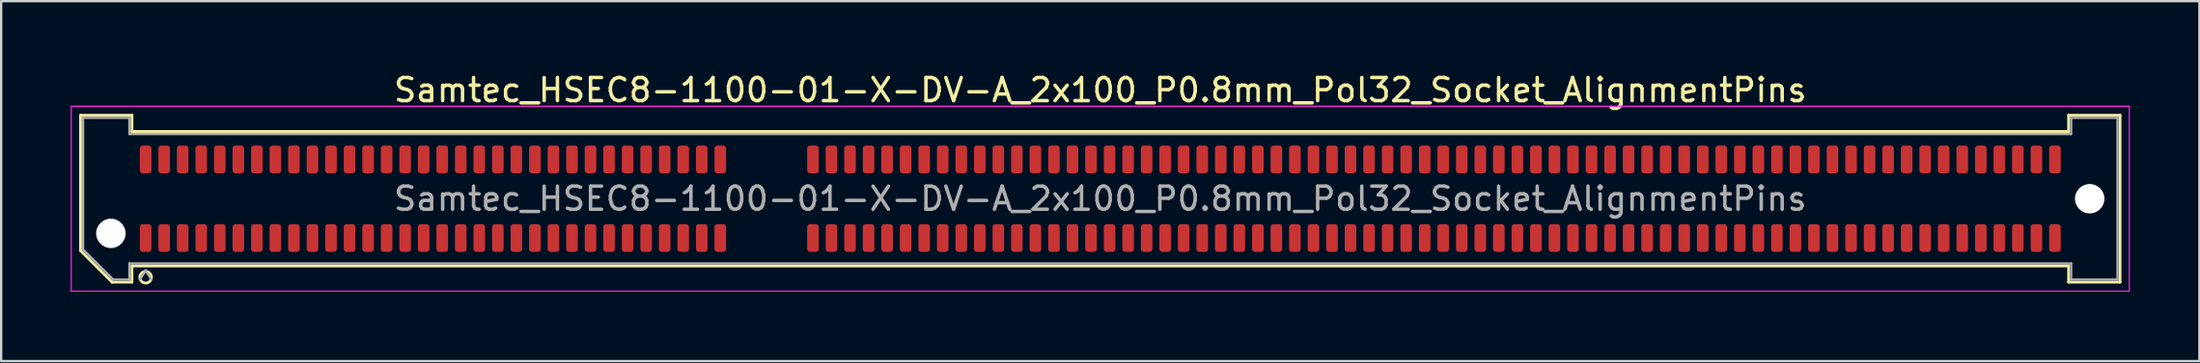
<source format=kicad_pcb>
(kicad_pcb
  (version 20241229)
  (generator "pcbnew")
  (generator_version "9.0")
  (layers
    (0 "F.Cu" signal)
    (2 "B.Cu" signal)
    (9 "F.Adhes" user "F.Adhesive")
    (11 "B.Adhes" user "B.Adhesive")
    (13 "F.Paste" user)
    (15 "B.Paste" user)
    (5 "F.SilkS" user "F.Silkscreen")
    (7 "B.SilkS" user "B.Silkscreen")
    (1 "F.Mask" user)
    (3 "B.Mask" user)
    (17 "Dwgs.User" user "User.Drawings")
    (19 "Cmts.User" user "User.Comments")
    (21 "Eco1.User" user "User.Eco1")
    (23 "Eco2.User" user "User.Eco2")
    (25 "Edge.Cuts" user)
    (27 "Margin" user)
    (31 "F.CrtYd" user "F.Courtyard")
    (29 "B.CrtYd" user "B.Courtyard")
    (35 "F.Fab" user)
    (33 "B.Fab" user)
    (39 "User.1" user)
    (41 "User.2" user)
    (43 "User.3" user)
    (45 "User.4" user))
  (footprint "Samtec_HSEC8-1100-01-X-DV-A_2x100_P0.8mm_Pol32_Socket_AlignmentPins"
    (layer "F.Cu")
    (at 44.435 5.548)
    (property "Reference" "Samtec_HSEC8-1100-01-X-DV-A_2x100_P0.8mm_Pol32_Socket_AlignmentPins" (at 0 -4.7 0) (layer "F.SilkS") (effects (font (size 1 1) (thickness 0.15))))
    (attr smd)
    (fp_line (start -44.01 -3.61) (end -41.79 -3.61) (stroke (width 0.12) (type solid)) (layer "F.SilkS"))
    (fp_line (start -44.01 2.246) (end -44.01 -3.61) (stroke (width 0.12) (type solid)) (layer "F.SilkS"))
    (fp_line (start -42.646 3.61) (end -44.01 2.246) (stroke (width 0.12) (type solid)) (layer "F.SilkS"))
    (fp_line (start -41.79 -3.61) (end -41.79 -2.91) (stroke (width 0.12) (type solid)) (layer "F.SilkS"))
    (fp_line (start -41.79 -2.91) (end 41.79 -2.91) (stroke (width 0.12) (type solid)) (layer "F.SilkS"))
    (fp_line (start -41.79 2.91) (end -41.79 3.61) (stroke (width 0.12) (type solid)) (layer "F.SilkS"))
    (fp_line (start -41.79 3.61) (end -42.646 3.61) (stroke (width 0.12) (type solid)) (layer "F.SilkS"))
    (fp_line (start 41.79 -3.61) (end 44.01 -3.61) (stroke (width 0.12) (type solid)) (layer "F.SilkS"))
    (fp_line (start 41.79 -2.91) (end 41.79 -3.61) (stroke (width 0.12) (type solid)) (layer "F.SilkS"))
    (fp_line (start 41.79 2.91) (end -41.79 2.91) (stroke (width 0.12) (type solid)) (layer "F.SilkS"))
    (fp_line (start 41.79 3.61) (end 41.79 2.91) (stroke (width 0.12) (type solid)) (layer "F.SilkS"))
    (fp_line (start 44.01 -3.61) (end 44.01 3.61) (stroke (width 0.12) (type solid)) (layer "F.SilkS"))
    (fp_line (start 44.01 3.61) (end 41.79 3.61) (stroke (width 0.12) (type solid)) (layer "F.SilkS"))
    (fp_arc (start -40.95 3.4) (mid -41.45 3.4) (end -40.95 3.4) (stroke (width 0.12) (type solid)) (layer "F.SilkS"))
    (fp_line (start -44.41 -4) (end -44.41 4) (stroke (width 0.05) (type solid)) (layer "F.CrtYd"))
    (fp_line (start -44.41 4) (end 44.41 4) (stroke (width 0.05) (type solid)) (layer "F.CrtYd"))
    (fp_line (start 44.41 -4) (end -44.41 -4) (stroke (width 0.05) (type solid)) (layer "F.CrtYd"))
    (fp_line (start 44.41 4) (end 44.41 -4) (stroke (width 0.05) (type solid)) (layer "F.CrtYd"))
    (fp_line (start -43.9 -3.5) (end -41.9 -3.5) (stroke (width 0.1) (type solid)) (layer "F.Fab"))
    (fp_line (start -43.9 2.2) (end -43.9 -3.5) (stroke (width 0.1) (type solid)) (layer "F.Fab"))
    (fp_line (start -42.6 3.5) (end -43.9 2.2) (stroke (width 0.1) (type solid)) (layer "F.Fab"))
    (fp_line (start -41.9 -3.5) (end -41.9 -2.8) (stroke (width 0.1) (type solid)) (layer "F.Fab"))
    (fp_line (start -41.9 -2.8) (end 41.9 -2.8) (stroke (width 0.1) (type solid)) (layer "F.Fab"))
    (fp_line (start -41.9 2.8) (end -41.9 3.5) (stroke (width 0.1) (type solid)) (layer "F.Fab"))
    (fp_line (start -41.9 3.5) (end -42.6 3.5) (stroke (width 0.1) (type solid)) (layer "F.Fab"))
    (fp_line (start -41.2 3.1) (end -41.45 3.5) (stroke (width 0.1) (type solid)) (layer "F.Fab"))
    (fp_line (start -41.2 3.1) (end -40.95 3.5) (stroke (width 0.1) (type solid)) (layer "F.Fab"))
    (fp_line (start 41.9 -3.5) (end 43.9 -3.5) (stroke (width 0.1) (type solid)) (layer "F.Fab"))
    (fp_line (start 41.9 -2.8) (end 41.9 -3.5) (stroke (width 0.1) (type solid)) (layer "F.Fab"))
    (fp_line (start 41.9 2.8) (end -41.9 2.8) (stroke (width 0.1) (type solid)) (layer "F.Fab"))
    (fp_line (start 41.9 3.5) (end 41.9 2.8) (stroke (width 0.1) (type solid)) (layer "F.Fab"))
    (fp_line (start 43.9 -3.5) (end 43.9 3.5) (stroke (width 0.1) (type solid)) (layer "F.Fab"))
    (fp_line (start 43.9 3.5) (end 41.9 3.5) (stroke (width 0.1) (type solid)) (layer "F.Fab"))
    (fp_text user "${REFERENCE}" (at 0 0 0) (layer "F.Fab") (effects (font (size 1 1) (thickness 0.15))))
    (pad "" np_thru_hole circle (at -42.7 1.5) (size 1.27 1.27) (drill 1.27) (layers "*.Cu" "*.Mask"))
    (pad "" np_thru_hole circle (at 42.7 0) (size 1.27 1.27) (drill 1.27) (layers "*.Cu" "*.Mask"))
    (pad "1" smd roundrect (at -41.2 1.7) (size 0.5 1.2) (layers "F.Cu" "F.Mask" "F.Paste") (roundrect_rratio 0.25))
    (pad "2" smd roundrect (at -41.2 -1.7) (size 0.5 1.2) (layers "F.Cu" "F.Mask" "F.Paste") (roundrect_rratio 0.25))
    (pad "3" smd roundrect (at -40.4 1.7) (size 0.5 1.2) (layers "F.Cu" "F.Mask" "F.Paste") (roundrect_rratio 0.25))
    (pad "4" smd roundrect (at -40.4 -1.7) (size 0.5 1.2) (layers "F.Cu" "F.Mask" "F.Paste") (roundrect_rratio 0.25))
    (pad "5" smd roundrect (at -39.6 1.7) (size 0.5 1.2) (layers "F.Cu" "F.Mask" "F.Paste") (roundrect_rratio 0.25))
    (pad "6" smd roundrect (at -39.6 -1.7) (size 0.5 1.2) (layers "F.Cu" "F.Mask" "F.Paste") (roundrect_rratio 0.25))
    (pad "7" smd roundrect (at -38.8 1.7) (size 0.5 1.2) (layers "F.Cu" "F.Mask" "F.Paste") (roundrect_rratio 0.25))
    (pad "8" smd roundrect (at -38.8 -1.7) (size 0.5 1.2) (layers "F.Cu" "F.Mask" "F.Paste") (roundrect_rratio 0.25))
    (pad "9" smd roundrect (at -38 1.7) (size 0.5 1.2) (layers "F.Cu" "F.Mask" "F.Paste") (roundrect_rratio 0.25))
    (pad "10" smd roundrect (at -38 -1.7) (size 0.5 1.2) (layers "F.Cu" "F.Mask" "F.Paste") (roundrect_rratio 0.25))
    (pad "11" smd roundrect (at -37.2 1.7) (size 0.5 1.2) (layers "F.Cu" "F.Mask" "F.Paste") (roundrect_rratio 0.25))
    (pad "12" smd roundrect (at -37.2 -1.7) (size 0.5 1.2) (layers "F.Cu" "F.Mask" "F.Paste") (roundrect_rratio 0.25))
    (pad "13" smd roundrect (at -36.4 1.7) (size 0.5 1.2) (layers "F.Cu" "F.Mask" "F.Paste") (roundrect_rratio 0.25))
    (pad "14" smd roundrect (at -36.4 -1.7) (size 0.5 1.2) (layers "F.Cu" "F.Mask" "F.Paste") (roundrect_rratio 0.25))
    (pad "15" smd roundrect (at -35.6 1.7) (size 0.5 1.2) (layers "F.Cu" "F.Mask" "F.Paste") (roundrect_rratio 0.25))
    (pad "16" smd roundrect (at -35.6 -1.7) (size 0.5 1.2) (layers "F.Cu" "F.Mask" "F.Paste") (roundrect_rratio 0.25))
    (pad "17" smd roundrect (at -34.8 1.7) (size 0.5 1.2) (layers "F.Cu" "F.Mask" "F.Paste") (roundrect_rratio 0.25))
    (pad "18" smd roundrect (at -34.8 -1.7) (size 0.5 1.2) (layers "F.Cu" "F.Mask" "F.Paste") (roundrect_rratio 0.25))
    (pad "19" smd roundrect (at -34 1.7) (size 0.5 1.2) (layers "F.Cu" "F.Mask" "F.Paste") (roundrect_rratio 0.25))
    (pad "20" smd roundrect (at -34 -1.7) (size 0.5 1.2) (layers "F.Cu" "F.Mask" "F.Paste") (roundrect_rratio 0.25))
    (pad "21" smd roundrect (at -33.2 1.7) (size 0.5 1.2) (layers "F.Cu" "F.Mask" "F.Paste") (roundrect_rratio 0.25))
    (pad "22" smd roundrect (at -33.2 -1.7) (size 0.5 1.2) (layers "F.Cu" "F.Mask" "F.Paste") (roundrect_rratio 0.25))
    (pad "23" smd roundrect (at -32.4 1.7) (size 0.5 1.2) (layers "F.Cu" "F.Mask" "F.Paste") (roundrect_rratio 0.25))
    (pad "24" smd roundrect (at -32.4 -1.7) (size 0.5 1.2) (layers "F.Cu" "F.Mask" "F.Paste") (roundrect_rratio 0.25))
    (pad "25" smd roundrect (at -31.6 1.7) (size 0.5 1.2) (layers "F.Cu" "F.Mask" "F.Paste") (roundrect_rratio 0.25))
    (pad "26" smd roundrect (at -31.6 -1.7) (size 0.5 1.2) (layers "F.Cu" "F.Mask" "F.Paste") (roundrect_rratio 0.25))
    (pad "27" smd roundrect (at -30.8 1.7) (size 0.5 1.2) (layers "F.Cu" "F.Mask" "F.Paste") (roundrect_rratio 0.25))
    (pad "28" smd roundrect (at -30.8 -1.7) (size 0.5 1.2) (layers "F.Cu" "F.Mask" "F.Paste") (roundrect_rratio 0.25))
    (pad "29" smd roundrect (at -30 1.7) (size 0.5 1.2) (layers "F.Cu" "F.Mask" "F.Paste") (roundrect_rratio 0.25))
    (pad "30" smd roundrect (at -30 -1.7) (size 0.5 1.2) (layers "F.Cu" "F.Mask" "F.Paste") (roundrect_rratio 0.25))
    (pad "31" smd roundrect (at -29.2 1.7) (size 0.5 1.2) (layers "F.Cu" "F.Mask" "F.Paste") (roundrect_rratio 0.25))
    (pad "32" smd roundrect (at -29.2 -1.7) (size 0.5 1.2) (layers "F.Cu" "F.Mask" "F.Paste") (roundrect_rratio 0.25))
    (pad "33" smd roundrect (at -28.4 1.7) (size 0.5 1.2) (layers "F.Cu" "F.Mask" "F.Paste") (roundrect_rratio 0.25))
    (pad "34" smd roundrect (at -28.4 -1.7) (size 0.5 1.2) (layers "F.Cu" "F.Mask" "F.Paste") (roundrect_rratio 0.25))
    (pad "35" smd roundrect (at -27.6 1.7) (size 0.5 1.2) (layers "F.Cu" "F.Mask" "F.Paste") (roundrect_rratio 0.25))
    (pad "36" smd roundrect (at -27.6 -1.7) (size 0.5 1.2) (layers "F.Cu" "F.Mask" "F.Paste") (roundrect_rratio 0.25))
    (pad "37" smd roundrect (at -26.8 1.7) (size 0.5 1.2) (layers "F.Cu" "F.Mask" "F.Paste") (roundrect_rratio 0.25))
    (pad "38" smd roundrect (at -26.8 -1.7) (size 0.5 1.2) (layers "F.Cu" "F.Mask" "F.Paste") (roundrect_rratio 0.25))
    (pad "39" smd roundrect (at -26 1.7) (size 0.5 1.2) (layers "F.Cu" "F.Mask" "F.Paste") (roundrect_rratio 0.25))
    (pad "40" smd roundrect (at -26 -1.7) (size 0.5 1.2) (layers "F.Cu" "F.Mask" "F.Paste") (roundrect_rratio 0.25))
    (pad "41" smd roundrect (at -25.2 1.7) (size 0.5 1.2) (layers "F.Cu" "F.Mask" "F.Paste") (roundrect_rratio 0.25))
    (pad "42" smd roundrect (at -25.2 -1.7) (size 0.5 1.2) (layers "F.Cu" "F.Mask" "F.Paste") (roundrect_rratio 0.25))
    (pad "43" smd roundrect (at -24.4 1.7) (size 0.5 1.2) (layers "F.Cu" "F.Mask" "F.Paste") (roundrect_rratio 0.25))
    (pad "44" smd roundrect (at -24.4 -1.7) (size 0.5 1.2) (layers "F.Cu" "F.Mask" "F.Paste") (roundrect_rratio 0.25))
    (pad "45" smd roundrect (at -23.6 1.7) (size 0.5 1.2) (layers "F.Cu" "F.Mask" "F.Paste") (roundrect_rratio 0.25))
    (pad "46" smd roundrect (at -23.6 -1.7) (size 0.5 1.2) (layers "F.Cu" "F.Mask" "F.Paste") (roundrect_rratio 0.25))
    (pad "47" smd roundrect (at -22.8 1.7) (size 0.5 1.2) (layers "F.Cu" "F.Mask" "F.Paste") (roundrect_rratio 0.25))
    (pad "48" smd roundrect (at -22.8 -1.7) (size 0.5 1.2) (layers "F.Cu" "F.Mask" "F.Paste") (roundrect_rratio 0.25))
    (pad "49" smd roundrect (at -22 1.7) (size 0.5 1.2) (layers "F.Cu" "F.Mask" "F.Paste") (roundrect_rratio 0.25))
    (pad "50" smd roundrect (at -22 -1.7) (size 0.5 1.2) (layers "F.Cu" "F.Mask" "F.Paste") (roundrect_rratio 0.25))
    (pad "51" smd roundrect (at -21.2 1.7) (size 0.5 1.2) (layers "F.Cu" "F.Mask" "F.Paste") (roundrect_rratio 0.25))
    (pad "52" smd roundrect (at -21.2 -1.7) (size 0.5 1.2) (layers "F.Cu" "F.Mask" "F.Paste") (roundrect_rratio 0.25))
    (pad "53" smd roundrect (at -20.4 1.7) (size 0.5 1.2) (layers "F.Cu" "F.Mask" "F.Paste") (roundrect_rratio 0.25))
    (pad "54" smd roundrect (at -20.4 -1.7) (size 0.5 1.2) (layers "F.Cu" "F.Mask" "F.Paste") (roundrect_rratio 0.25))
    (pad "55" smd roundrect (at -19.6 1.7) (size 0.5 1.2) (layers "F.Cu" "F.Mask" "F.Paste") (roundrect_rratio 0.25))
    (pad "56" smd roundrect (at -19.6 -1.7) (size 0.5 1.2) (layers "F.Cu" "F.Mask" "F.Paste") (roundrect_rratio 0.25))
    (pad "57" smd roundrect (at -18.8 1.7) (size 0.5 1.2) (layers "F.Cu" "F.Mask" "F.Paste") (roundrect_rratio 0.25))
    (pad "58" smd roundrect (at -18.8 -1.7) (size 0.5 1.2) (layers "F.Cu" "F.Mask" "F.Paste") (roundrect_rratio 0.25))
    (pad "59" smd roundrect (at -18 1.7) (size 0.5 1.2) (layers "F.Cu" "F.Mask" "F.Paste") (roundrect_rratio 0.25))
    (pad "60" smd roundrect (at -18 -1.7) (size 0.5 1.2) (layers "F.Cu" "F.Mask" "F.Paste") (roundrect_rratio 0.25))
    (pad "61" smd roundrect (at -17.2 1.7) (size 0.5 1.2) (layers "F.Cu" "F.Mask" "F.Paste") (roundrect_rratio 0.25))
    (pad "62" smd roundrect (at -17.2 -1.7) (size 0.5 1.2) (layers "F.Cu" "F.Mask" "F.Paste") (roundrect_rratio 0.25))
    (pad "63" smd roundrect (at -16.4 1.7) (size 0.5 1.2) (layers "F.Cu" "F.Mask" "F.Paste") (roundrect_rratio 0.25))
    (pad "64" smd roundrect (at -16.4 -1.7) (size 0.5 1.2) (layers "F.Cu" "F.Mask" "F.Paste") (roundrect_rratio 0.25))
    (pad "65" smd roundrect (at -12.4 1.7) (size 0.5 1.2) (layers "F.Cu" "F.Mask" "F.Paste") (roundrect_rratio 0.25))
    (pad "66" smd roundrect (at -12.4 -1.7) (size 0.5 1.2) (layers "F.Cu" "F.Mask" "F.Paste") (roundrect_rratio 0.25))
    (pad "67" smd roundrect (at -11.6 1.7) (size 0.5 1.2) (layers "F.Cu" "F.Mask" "F.Paste") (roundrect_rratio 0.25))
    (pad "68" smd roundrect (at -11.6 -1.7) (size 0.5 1.2) (layers "F.Cu" "F.Mask" "F.Paste") (roundrect_rratio 0.25))
    (pad "69" smd roundrect (at -10.8 1.7) (size 0.5 1.2) (layers "F.Cu" "F.Mask" "F.Paste") (roundrect_rratio 0.25))
    (pad "70" smd roundrect (at -10.8 -1.7) (size 0.5 1.2) (layers "F.Cu" "F.Mask" "F.Paste") (roundrect_rratio 0.25))
    (pad "71" smd roundrect (at -10 1.7) (size 0.5 1.2) (layers "F.Cu" "F.Mask" "F.Paste") (roundrect_rratio 0.25))
    (pad "72" smd roundrect (at -10 -1.7) (size 0.5 1.2) (layers "F.Cu" "F.Mask" "F.Paste") (roundrect_rratio 0.25))
    (pad "73" smd roundrect (at -9.2 1.7) (size 0.5 1.2) (layers "F.Cu" "F.Mask" "F.Paste") (roundrect_rratio 0.25))
    (pad "74" smd roundrect (at -9.2 -1.7) (size 0.5 1.2) (layers "F.Cu" "F.Mask" "F.Paste") (roundrect_rratio 0.25))
    (pad "75" smd roundrect (at -8.4 1.7) (size 0.5 1.2) (layers "F.Cu" "F.Mask" "F.Paste") (roundrect_rratio 0.25))
    (pad "76" smd roundrect (at -8.4 -1.7) (size 0.5 1.2) (layers "F.Cu" "F.Mask" "F.Paste") (roundrect_rratio 0.25))
    (pad "77" smd roundrect (at -7.6 1.7) (size 0.5 1.2) (layers "F.Cu" "F.Mask" "F.Paste") (roundrect_rratio 0.25))
    (pad "78" smd roundrect (at -7.6 -1.7) (size 0.5 1.2) (layers "F.Cu" "F.Mask" "F.Paste") (roundrect_rratio 0.25))
    (pad "79" smd roundrect (at -6.8 1.7) (size 0.5 1.2) (layers "F.Cu" "F.Mask" "F.Paste") (roundrect_rratio 0.25))
    (pad "80" smd roundrect (at -6.8 -1.7) (size 0.5 1.2) (layers "F.Cu" "F.Mask" "F.Paste") (roundrect_rratio 0.25))
    (pad "81" smd roundrect (at -6 1.7) (size 0.5 1.2) (layers "F.Cu" "F.Mask" "F.Paste") (roundrect_rratio 0.25))
    (pad "82" smd roundrect (at -6 -1.7) (size 0.5 1.2) (layers "F.Cu" "F.Mask" "F.Paste") (roundrect_rratio 0.25))
    (pad "83" smd roundrect (at -5.2 1.7) (size 0.5 1.2) (layers "F.Cu" "F.Mask" "F.Paste") (roundrect_rratio 0.25))
    (pad "84" smd roundrect (at -5.2 -1.7) (size 0.5 1.2) (layers "F.Cu" "F.Mask" "F.Paste") (roundrect_rratio 0.25))
    (pad "85" smd roundrect (at -4.4 1.7) (size 0.5 1.2) (layers "F.Cu" "F.Mask" "F.Paste") (roundrect_rratio 0.25))
    (pad "86" smd roundrect (at -4.4 -1.7) (size 0.5 1.2) (layers "F.Cu" "F.Mask" "F.Paste") (roundrect_rratio 0.25))
    (pad "87" smd roundrect (at -3.6 1.7) (size 0.5 1.2) (layers "F.Cu" "F.Mask" "F.Paste") (roundrect_rratio 0.25))
    (pad "88" smd roundrect (at -3.6 -1.7) (size 0.5 1.2) (layers "F.Cu" "F.Mask" "F.Paste") (roundrect_rratio 0.25))
    (pad "89" smd roundrect (at -2.8 1.7) (size 0.5 1.2) (layers "F.Cu" "F.Mask" "F.Paste") (roundrect_rratio 0.25))
    (pad "90" smd roundrect (at -2.8 -1.7) (size 0.5 1.2) (layers "F.Cu" "F.Mask" "F.Paste") (roundrect_rratio 0.25))
    (pad "91" smd roundrect (at -2 1.7) (size 0.5 1.2) (layers "F.Cu" "F.Mask" "F.Paste") (roundrect_rratio 0.25))
    (pad "92" smd roundrect (at -2 -1.7) (size 0.5 1.2) (layers "F.Cu" "F.Mask" "F.Paste") (roundrect_rratio 0.25))
    (pad "93" smd roundrect (at -1.2 1.7) (size 0.5 1.2) (layers "F.Cu" "F.Mask" "F.Paste") (roundrect_rratio 0.25))
    (pad "94" smd roundrect (at -1.2 -1.7) (size 0.5 1.2) (layers "F.Cu" "F.Mask" "F.Paste") (roundrect_rratio 0.25))
    (pad "95" smd roundrect (at -0.4 1.7) (size 0.5 1.2) (layers "F.Cu" "F.Mask" "F.Paste") (roundrect_rratio 0.25))
    (pad "96" smd roundrect (at -0.4 -1.7) (size 0.5 1.2) (layers "F.Cu" "F.Mask" "F.Paste") (roundrect_rratio 0.25))
    (pad "97" smd roundrect (at 0.4 1.7) (size 0.5 1.2) (layers "F.Cu" "F.Mask" "F.Paste") (roundrect_rratio 0.25))
    (pad "98" smd roundrect (at 0.4 -1.7) (size 0.5 1.2) (layers "F.Cu" "F.Mask" "F.Paste") (roundrect_rratio 0.25))
    (pad "99" smd roundrect (at 1.2 1.7) (size 0.5 1.2) (layers "F.Cu" "F.Mask" "F.Paste") (roundrect_rratio 0.25))
    (pad "100" smd roundrect (at 1.2 -1.7) (size 0.5 1.2) (layers "F.Cu" "F.Mask" "F.Paste") (roundrect_rratio 0.25))
    (pad "101" smd roundrect (at 2 1.7) (size 0.5 1.2) (layers "F.Cu" "F.Mask" "F.Paste") (roundrect_rratio 0.25))
    (pad "102" smd roundrect (at 2 -1.7) (size 0.5 1.2) (layers "F.Cu" "F.Mask" "F.Paste") (roundrect_rratio 0.25))
    (pad "103" smd roundrect (at 2.8 1.7) (size 0.5 1.2) (layers "F.Cu" "F.Mask" "F.Paste") (roundrect_rratio 0.25))
    (pad "104" smd roundrect (at 2.8 -1.7) (size 0.5 1.2) (layers "F.Cu" "F.Mask" "F.Paste") (roundrect_rratio 0.25))
    (pad "105" smd roundrect (at 3.6 1.7) (size 0.5 1.2) (layers "F.Cu" "F.Mask" "F.Paste") (roundrect_rratio 0.25))
    (pad "106" smd roundrect (at 3.6 -1.7) (size 0.5 1.2) (layers "F.Cu" "F.Mask" "F.Paste") (roundrect_rratio 0.25))
    (pad "107" smd roundrect (at 4.4 1.7) (size 0.5 1.2) (layers "F.Cu" "F.Mask" "F.Paste") (roundrect_rratio 0.25))
    (pad "108" smd roundrect (at 4.4 -1.7) (size 0.5 1.2) (layers "F.Cu" "F.Mask" "F.Paste") (roundrect_rratio 0.25))
    (pad "109" smd roundrect (at 5.2 1.7) (size 0.5 1.2) (layers "F.Cu" "F.Mask" "F.Paste") (roundrect_rratio 0.25))
    (pad "110" smd roundrect (at 5.2 -1.7) (size 0.5 1.2) (layers "F.Cu" "F.Mask" "F.Paste") (roundrect_rratio 0.25))
    (pad "111" smd roundrect (at 6 1.7) (size 0.5 1.2) (layers "F.Cu" "F.Mask" "F.Paste") (roundrect_rratio 0.25))
    (pad "112" smd roundrect (at 6 -1.7) (size 0.5 1.2) (layers "F.Cu" "F.Mask" "F.Paste") (roundrect_rratio 0.25))
    (pad "113" smd roundrect (at 6.8 1.7) (size 0.5 1.2) (layers "F.Cu" "F.Mask" "F.Paste") (roundrect_rratio 0.25))
    (pad "114" smd roundrect (at 6.8 -1.7) (size 0.5 1.2) (layers "F.Cu" "F.Mask" "F.Paste") (roundrect_rratio 0.25))
    (pad "115" smd roundrect (at 7.6 1.7) (size 0.5 1.2) (layers "F.Cu" "F.Mask" "F.Paste") (roundrect_rratio 0.25))
    (pad "116" smd roundrect (at 7.6 -1.7) (size 0.5 1.2) (layers "F.Cu" "F.Mask" "F.Paste") (roundrect_rratio 0.25))
    (pad "117" smd roundrect (at 8.4 1.7) (size 0.5 1.2) (layers "F.Cu" "F.Mask" "F.Paste") (roundrect_rratio 0.25))
    (pad "118" smd roundrect (at 8.4 -1.7) (size 0.5 1.2) (layers "F.Cu" "F.Mask" "F.Paste") (roundrect_rratio 0.25))
    (pad "119" smd roundrect (at 9.2 1.7) (size 0.5 1.2) (layers "F.Cu" "F.Mask" "F.Paste") (roundrect_rratio 0.25))
    (pad "120" smd roundrect (at 9.2 -1.7) (size 0.5 1.2) (layers "F.Cu" "F.Mask" "F.Paste") (roundrect_rratio 0.25))
    (pad "121" smd roundrect (at 10 1.7) (size 0.5 1.2) (layers "F.Cu" "F.Mask" "F.Paste") (roundrect_rratio 0.25))
    (pad "122" smd roundrect (at 10 -1.7) (size 0.5 1.2) (layers "F.Cu" "F.Mask" "F.Paste") (roundrect_rratio 0.25))
    (pad "123" smd roundrect (at 10.8 1.7) (size 0.5 1.2) (layers "F.Cu" "F.Mask" "F.Paste") (roundrect_rratio 0.25))
    (pad "124" smd roundrect (at 10.8 -1.7) (size 0.5 1.2) (layers "F.Cu" "F.Mask" "F.Paste") (roundrect_rratio 0.25))
    (pad "125" smd roundrect (at 11.6 1.7) (size 0.5 1.2) (layers "F.Cu" "F.Mask" "F.Paste") (roundrect_rratio 0.25))
    (pad "126" smd roundrect (at 11.6 -1.7) (size 0.5 1.2) (layers "F.Cu" "F.Mask" "F.Paste") (roundrect_rratio 0.25))
    (pad "127" smd roundrect (at 12.4 1.7) (size 0.5 1.2) (layers "F.Cu" "F.Mask" "F.Paste") (roundrect_rratio 0.25))
    (pad "128" smd roundrect (at 12.4 -1.7) (size 0.5 1.2) (layers "F.Cu" "F.Mask" "F.Paste") (roundrect_rratio 0.25))
    (pad "129" smd roundrect (at 13.2 1.7) (size 0.5 1.2) (layers "F.Cu" "F.Mask" "F.Paste") (roundrect_rratio 0.25))
    (pad "130" smd roundrect (at 13.2 -1.7) (size 0.5 1.2) (layers "F.Cu" "F.Mask" "F.Paste") (roundrect_rratio 0.25))
    (pad "131" smd roundrect (at 14 1.7) (size 0.5 1.2) (layers "F.Cu" "F.Mask" "F.Paste") (roundrect_rratio 0.25))
    (pad "132" smd roundrect (at 14 -1.7) (size 0.5 1.2) (layers "F.Cu" "F.Mask" "F.Paste") (roundrect_rratio 0.25))
    (pad "133" smd roundrect (at 14.8 1.7) (size 0.5 1.2) (layers "F.Cu" "F.Mask" "F.Paste") (roundrect_rratio 0.25))
    (pad "134" smd roundrect (at 14.8 -1.7) (size 0.5 1.2) (layers "F.Cu" "F.Mask" "F.Paste") (roundrect_rratio 0.25))
    (pad "135" smd roundrect (at 15.6 1.7) (size 0.5 1.2) (layers "F.Cu" "F.Mask" "F.Paste") (roundrect_rratio 0.25))
    (pad "136" smd roundrect (at 15.6 -1.7) (size 0.5 1.2) (layers "F.Cu" "F.Mask" "F.Paste") (roundrect_rratio 0.25))
    (pad "137" smd roundrect (at 16.4 1.7) (size 0.5 1.2) (layers "F.Cu" "F.Mask" "F.Paste") (roundrect_rratio 0.25))
    (pad "138" smd roundrect (at 16.4 -1.7) (size 0.5 1.2) (layers "F.Cu" "F.Mask" "F.Paste") (roundrect_rratio 0.25))
    (pad "139" smd roundrect (at 17.2 1.7) (size 0.5 1.2) (layers "F.Cu" "F.Mask" "F.Paste") (roundrect_rratio 0.25))
    (pad "140" smd roundrect (at 17.2 -1.7) (size 0.5 1.2) (layers "F.Cu" "F.Mask" "F.Paste") (roundrect_rratio 0.25))
    (pad "141" smd roundrect (at 18 1.7) (size 0.5 1.2) (layers "F.Cu" "F.Mask" "F.Paste") (roundrect_rratio 0.25))
    (pad "142" smd roundrect (at 18 -1.7) (size 0.5 1.2) (layers "F.Cu" "F.Mask" "F.Paste") (roundrect_rratio 0.25))
    (pad "143" smd roundrect (at 18.8 1.7) (size 0.5 1.2) (layers "F.Cu" "F.Mask" "F.Paste") (roundrect_rratio 0.25))
    (pad "144" smd roundrect (at 18.8 -1.7) (size 0.5 1.2) (layers "F.Cu" "F.Mask" "F.Paste") (roundrect_rratio 0.25))
    (pad "145" smd roundrect (at 19.6 1.7) (size 0.5 1.2) (layers "F.Cu" "F.Mask" "F.Paste") (roundrect_rratio 0.25))
    (pad "146" smd roundrect (at 19.6 -1.7) (size 0.5 1.2) (layers "F.Cu" "F.Mask" "F.Paste") (roundrect_rratio 0.25))
    (pad "147" smd roundrect (at 20.4 1.7) (size 0.5 1.2) (layers "F.Cu" "F.Mask" "F.Paste") (roundrect_rratio 0.25))
    (pad "148" smd roundrect (at 20.4 -1.7) (size 0.5 1.2) (layers "F.Cu" "F.Mask" "F.Paste") (roundrect_rratio 0.25))
    (pad "149" smd roundrect (at 21.2 1.7) (size 0.5 1.2) (layers "F.Cu" "F.Mask" "F.Paste") (roundrect_rratio 0.25))
    (pad "150" smd roundrect (at 21.2 -1.7) (size 0.5 1.2) (layers "F.Cu" "F.Mask" "F.Paste") (roundrect_rratio 0.25))
    (pad "151" smd roundrect (at 22 1.7) (size 0.5 1.2) (layers "F.Cu" "F.Mask" "F.Paste") (roundrect_rratio 0.25))
    (pad "152" smd roundrect (at 22 -1.7) (size 0.5 1.2) (layers "F.Cu" "F.Mask" "F.Paste") (roundrect_rratio 0.25))
    (pad "153" smd roundrect (at 22.8 1.7) (size 0.5 1.2) (layers "F.Cu" "F.Mask" "F.Paste") (roundrect_rratio 0.25))
    (pad "154" smd roundrect (at 22.8 -1.7) (size 0.5 1.2) (layers "F.Cu" "F.Mask" "F.Paste") (roundrect_rratio 0.25))
    (pad "155" smd roundrect (at 23.6 1.7) (size 0.5 1.2) (layers "F.Cu" "F.Mask" "F.Paste") (roundrect_rratio 0.25))
    (pad "156" smd roundrect (at 23.6 -1.7) (size 0.5 1.2) (layers "F.Cu" "F.Mask" "F.Paste") (roundrect_rratio 0.25))
    (pad "157" smd roundrect (at 24.4 1.7) (size 0.5 1.2) (layers "F.Cu" "F.Mask" "F.Paste") (roundrect_rratio 0.25))
    (pad "158" smd roundrect (at 24.4 -1.7) (size 0.5 1.2) (layers "F.Cu" "F.Mask" "F.Paste") (roundrect_rratio 0.25))
    (pad "159" smd roundrect (at 25.2 1.7) (size 0.5 1.2) (layers "F.Cu" "F.Mask" "F.Paste") (roundrect_rratio 0.25))
    (pad "160" smd roundrect (at 25.2 -1.7) (size 0.5 1.2) (layers "F.Cu" "F.Mask" "F.Paste") (roundrect_rratio 0.25))
    (pad "161" smd roundrect (at 26 1.7) (size 0.5 1.2) (layers "F.Cu" "F.Mask" "F.Paste") (roundrect_rratio 0.25))
    (pad "162" smd roundrect (at 26 -1.7) (size 0.5 1.2) (layers "F.Cu" "F.Mask" "F.Paste") (roundrect_rratio 0.25))
    (pad "163" smd roundrect (at 26.8 1.7) (size 0.5 1.2) (layers "F.Cu" "F.Mask" "F.Paste") (roundrect_rratio 0.25))
    (pad "164" smd roundrect (at 26.8 -1.7) (size 0.5 1.2) (layers "F.Cu" "F.Mask" "F.Paste") (roundrect_rratio 0.25))
    (pad "165" smd roundrect (at 27.6 1.7) (size 0.5 1.2) (layers "F.Cu" "F.Mask" "F.Paste") (roundrect_rratio 0.25))
    (pad "166" smd roundrect (at 27.6 -1.7) (size 0.5 1.2) (layers "F.Cu" "F.Mask" "F.Paste") (roundrect_rratio 0.25))
    (pad "167" smd roundrect (at 28.4 1.7) (size 0.5 1.2) (layers "F.Cu" "F.Mask" "F.Paste") (roundrect_rratio 0.25))
    (pad "168" smd roundrect (at 28.4 -1.7) (size 0.5 1.2) (layers "F.Cu" "F.Mask" "F.Paste") (roundrect_rratio 0.25))
    (pad "169" smd roundrect (at 29.2 1.7) (size 0.5 1.2) (layers "F.Cu" "F.Mask" "F.Paste") (roundrect_rratio 0.25))
    (pad "170" smd roundrect (at 29.2 -1.7) (size 0.5 1.2) (layers "F.Cu" "F.Mask" "F.Paste") (roundrect_rratio 0.25))
    (pad "171" smd roundrect (at 30 1.7) (size 0.5 1.2) (layers "F.Cu" "F.Mask" "F.Paste") (roundrect_rratio 0.25))
    (pad "172" smd roundrect (at 30 -1.7) (size 0.5 1.2) (layers "F.Cu" "F.Mask" "F.Paste") (roundrect_rratio 0.25))
    (pad "173" smd roundrect (at 30.8 1.7) (size 0.5 1.2) (layers "F.Cu" "F.Mask" "F.Paste") (roundrect_rratio 0.25))
    (pad "174" smd roundrect (at 30.8 -1.7) (size 0.5 1.2) (layers "F.Cu" "F.Mask" "F.Paste") (roundrect_rratio 0.25))
    (pad "175" smd roundrect (at 31.6 1.7) (size 0.5 1.2) (layers "F.Cu" "F.Mask" "F.Paste") (roundrect_rratio 0.25))
    (pad "176" smd roundrect (at 31.6 -1.7) (size 0.5 1.2) (layers "F.Cu" "F.Mask" "F.Paste") (roundrect_rratio 0.25))
    (pad "177" smd roundrect (at 32.4 1.7) (size 0.5 1.2) (layers "F.Cu" "F.Mask" "F.Paste") (roundrect_rratio 0.25))
    (pad "178" smd roundrect (at 32.4 -1.7) (size 0.5 1.2) (layers "F.Cu" "F.Mask" "F.Paste") (roundrect_rratio 0.25))
    (pad "179" smd roundrect (at 33.2 1.7) (size 0.5 1.2) (layers "F.Cu" "F.Mask" "F.Paste") (roundrect_rratio 0.25))
    (pad "180" smd roundrect (at 33.2 -1.7) (size 0.5 1.2) (layers "F.Cu" "F.Mask" "F.Paste") (roundrect_rratio 0.25))
    (pad "181" smd roundrect (at 34 1.7) (size 0.5 1.2) (layers "F.Cu" "F.Mask" "F.Paste") (roundrect_rratio 0.25))
    (pad "182" smd roundrect (at 34 -1.7) (size 0.5 1.2) (layers "F.Cu" "F.Mask" "F.Paste") (roundrect_rratio 0.25))
    (pad "183" smd roundrect (at 34.8 1.7) (size 0.5 1.2) (layers "F.Cu" "F.Mask" "F.Paste") (roundrect_rratio 0.25))
    (pad "184" smd roundrect (at 34.8 -1.7) (size 0.5 1.2) (layers "F.Cu" "F.Mask" "F.Paste") (roundrect_rratio 0.25))
    (pad "185" smd roundrect (at 35.6 1.7) (size 0.5 1.2) (layers "F.Cu" "F.Mask" "F.Paste") (roundrect_rratio 0.25))
    (pad "186" smd roundrect (at 35.6 -1.7) (size 0.5 1.2) (layers "F.Cu" "F.Mask" "F.Paste") (roundrect_rratio 0.25))
    (pad "187" smd roundrect (at 36.4 1.7) (size 0.5 1.2) (layers "F.Cu" "F.Mask" "F.Paste") (roundrect_rratio 0.25))
    (pad "188" smd roundrect (at 36.4 -1.7) (size 0.5 1.2) (layers "F.Cu" "F.Mask" "F.Paste") (roundrect_rratio 0.25))
    (pad "189" smd roundrect (at 37.2 1.7) (size 0.5 1.2) (layers "F.Cu" "F.Mask" "F.Paste") (roundrect_rratio 0.25))
    (pad "190" smd roundrect (at 37.2 -1.7) (size 0.5 1.2) (layers "F.Cu" "F.Mask" "F.Paste") (roundrect_rratio 0.25))
    (pad "191" smd roundrect (at 38 1.7) (size 0.5 1.2) (layers "F.Cu" "F.Mask" "F.Paste") (roundrect_rratio 0.25))
    (pad "192" smd roundrect (at 38 -1.7) (size 0.5 1.2) (layers "F.Cu" "F.Mask" "F.Paste") (roundrect_rratio 0.25))
    (pad "193" smd roundrect (at 38.8 1.7) (size 0.5 1.2) (layers "F.Cu" "F.Mask" "F.Paste") (roundrect_rratio 0.25))
    (pad "194" smd roundrect (at 38.8 -1.7) (size 0.5 1.2) (layers "F.Cu" "F.Mask" "F.Paste") (roundrect_rratio 0.25))
    (pad "195" smd roundrect (at 39.6 1.7) (size 0.5 1.2) (layers "F.Cu" "F.Mask" "F.Paste") (roundrect_rratio 0.25))
    (pad "196" smd roundrect (at 39.6 -1.7) (size 0.5 1.2) (layers "F.Cu" "F.Mask" "F.Paste") (roundrect_rratio 0.25))
    (pad "197" smd roundrect (at 40.4 1.7) (size 0.5 1.2) (layers "F.Cu" "F.Mask" "F.Paste") (roundrect_rratio 0.25))
    (pad "198" smd roundrect (at 40.4 -1.7) (size 0.5 1.2) (layers "F.Cu" "F.Mask" "F.Paste") (roundrect_rratio 0.25))
    (pad "199" smd roundrect (at 41.2 1.7) (size 0.5 1.2) (layers "F.Cu" "F.Mask" "F.Paste") (roundrect_rratio 0.25))
    (pad "200" smd roundrect (at 41.2 -1.7) (size 0.5 1.2) (layers "F.Cu" "F.Mask" "F.Paste") (roundrect_rratio 0.25)))
  (gr_rect
    (start -3 -3)
    (end 91.87 12.573)
    (stroke (width 0.1) (type default))
    (fill no)
    (layer "Edge.Cuts")))
</source>
